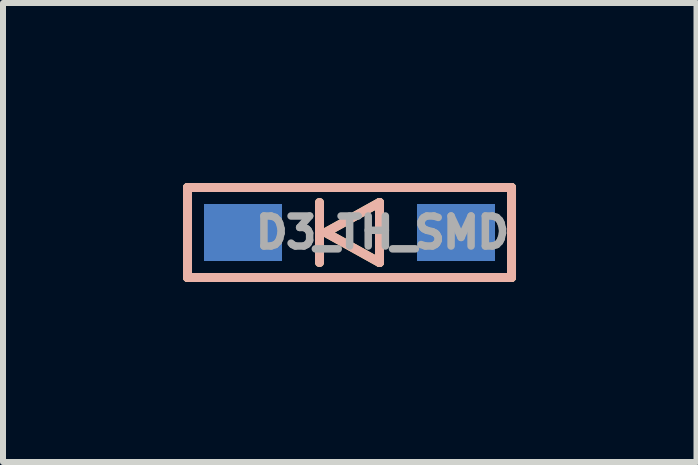
<source format=kicad_pcb>
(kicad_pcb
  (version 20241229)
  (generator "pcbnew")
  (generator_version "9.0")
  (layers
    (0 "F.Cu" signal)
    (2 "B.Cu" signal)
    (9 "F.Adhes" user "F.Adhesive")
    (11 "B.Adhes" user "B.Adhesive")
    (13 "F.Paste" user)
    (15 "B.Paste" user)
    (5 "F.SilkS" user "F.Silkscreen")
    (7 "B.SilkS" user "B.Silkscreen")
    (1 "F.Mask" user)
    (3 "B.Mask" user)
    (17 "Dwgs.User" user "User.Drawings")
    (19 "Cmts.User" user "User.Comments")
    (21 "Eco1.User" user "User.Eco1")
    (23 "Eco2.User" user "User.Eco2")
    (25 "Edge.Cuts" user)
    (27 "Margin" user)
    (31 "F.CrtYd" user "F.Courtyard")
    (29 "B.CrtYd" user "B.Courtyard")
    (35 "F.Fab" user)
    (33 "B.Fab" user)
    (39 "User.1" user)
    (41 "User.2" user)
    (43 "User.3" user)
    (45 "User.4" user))
  (footprint "D3_TH_SMD"
    (layer "F.Cu")
    (at 2.775 0.825)
    (property "Reference" "D3_TH_SMD" (at 0.55 0 0) (layer "F.Fab") (effects (font (size 0.5 0.5) (thickness 0.125))))
    (attr through_hole)
    (fp_line (start -2.7 -0.75) (end -2.7 0.75) (stroke (width 0.15) (type solid)) (layer "F.SilkS"))
    (fp_line (start -2.7 0.75) (end 2.7 0.75) (stroke (width 0.15) (type solid)) (layer "F.SilkS"))
    (fp_line (start -0.5 -0.5) (end -0.5 0.5) (stroke (width 0.15) (type solid)) (layer "F.SilkS"))
    (fp_line (start -0.4 0) (end 0.5 -0.5) (stroke (width 0.15) (type solid)) (layer "F.SilkS"))
    (fp_line (start 0.5 -0.5) (end 0.5 0.5) (stroke (width 0.15) (type solid)) (layer "F.SilkS"))
    (fp_line (start 0.5 0.5) (end -0.4 0) (stroke (width 0.15) (type solid)) (layer "F.SilkS"))
    (fp_line (start 2.7 -0.75) (end -2.7 -0.75) (stroke (width 0.15) (type solid)) (layer "F.SilkS"))
    (fp_line (start 2.7 0.75) (end 2.7 -0.75) (stroke (width 0.15) (type solid)) (layer "F.SilkS"))
    (fp_line (start -2.7 -0.75) (end -2.7 0.75) (stroke (width 0.15) (type solid)) (layer "B.SilkS"))
    (fp_line (start -2.7 0.75) (end 2.7 0.75) (stroke (width 0.15) (type solid)) (layer "B.SilkS"))
    (fp_line (start -0.5 -0.5) (end -0.5 0.5) (stroke (width 0.15) (type solid)) (layer "B.SilkS"))
    (fp_line (start -0.4 0) (end 0.5 -0.5) (stroke (width 0.15) (type solid)) (layer "B.SilkS"))
    (fp_line (start 0.5 -0.5) (end 0.5 0.5) (stroke (width 0.15) (type solid)) (layer "B.SilkS"))
    (fp_line (start 0.5 0.5) (end -0.4 0) (stroke (width 0.15) (type solid)) (layer "B.SilkS"))
    (fp_line (start 2.7 -0.75) (end -2.7 -0.75) (stroke (width 0.15) (type solid)) (layer "B.SilkS"))
    (fp_line (start 2.7 0.75) (end 2.7 -0.75) (stroke (width 0.15) (type solid)) (layer "B.SilkS"))
    (pad "1" smd rect (at -1.775 0) (size 1.3 0.95) (layers "F.Cu" "F.Mask" "F.Paste"))
    (pad "1" smd rect (at -1.775 0) (size 1.3 0.95) (layers "B.Cu" "B.Mask" "B.Paste"))
    (pad "2" smd rect (at 1.775 0) (size 1.3 0.95) (layers "F.Cu" "F.Mask" "F.Paste"))
    (pad "2" smd rect (at 1.775 0) (size 1.3 0.95) (layers "B.Cu" "B.Mask" "B.Paste")))
  (gr_rect
    (start -3 -3)
    (end 8.558 4.65)
    (stroke (width 0.1) (type default))
    (fill no)
    (layer "Edge.Cuts")))
</source>
